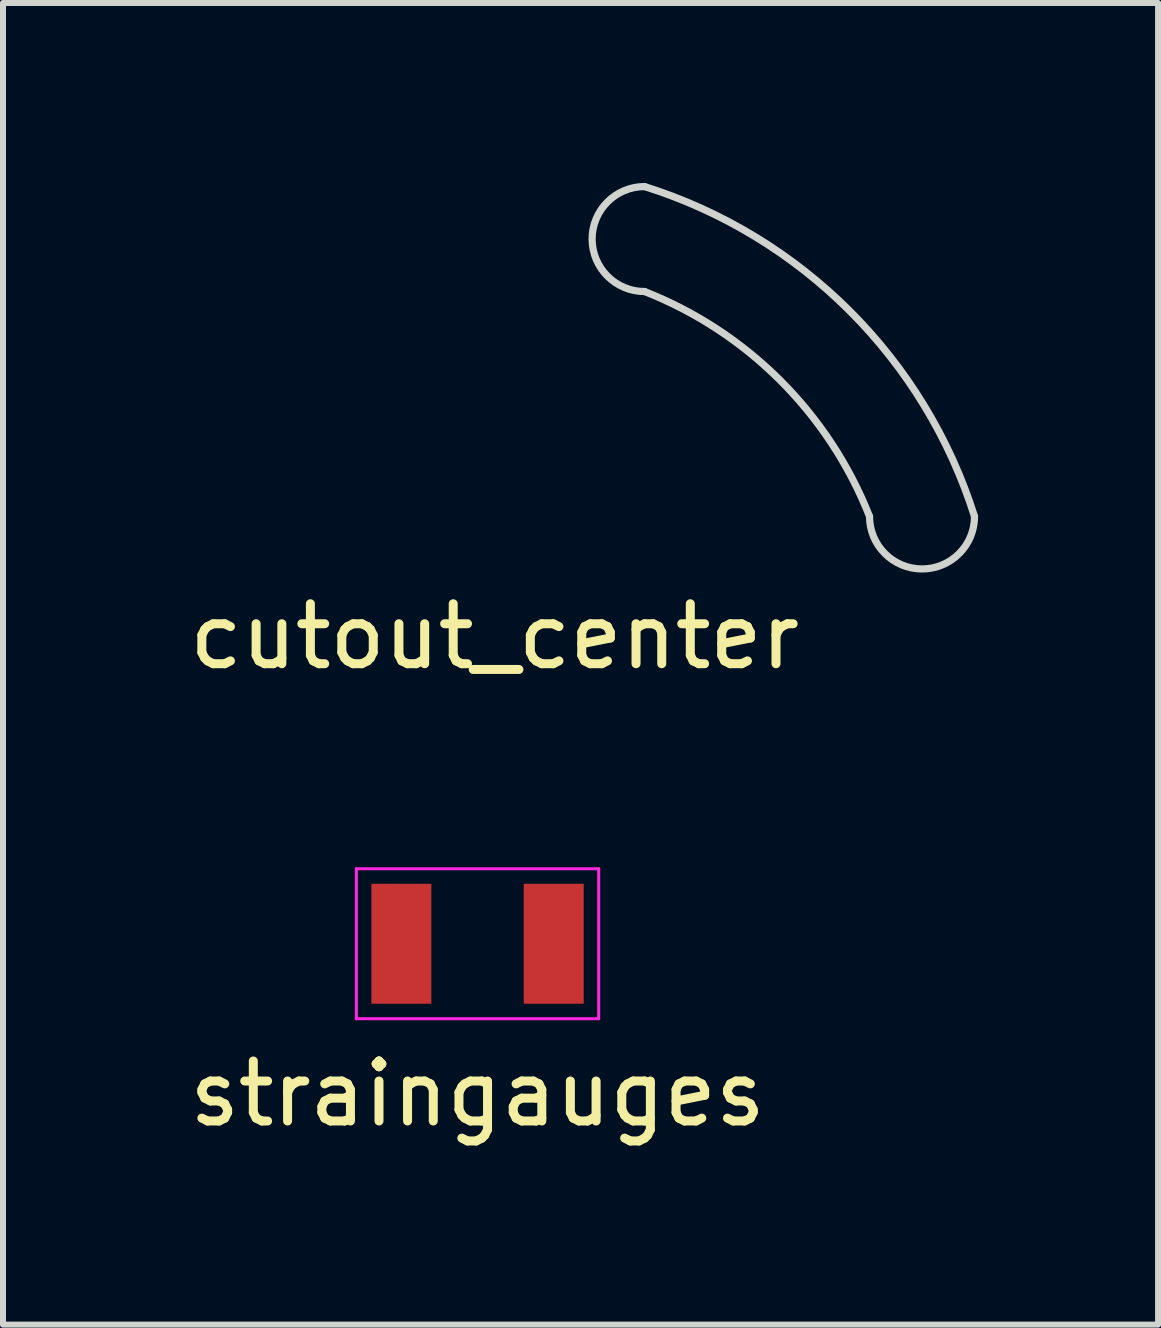
<source format=kicad_pcb>
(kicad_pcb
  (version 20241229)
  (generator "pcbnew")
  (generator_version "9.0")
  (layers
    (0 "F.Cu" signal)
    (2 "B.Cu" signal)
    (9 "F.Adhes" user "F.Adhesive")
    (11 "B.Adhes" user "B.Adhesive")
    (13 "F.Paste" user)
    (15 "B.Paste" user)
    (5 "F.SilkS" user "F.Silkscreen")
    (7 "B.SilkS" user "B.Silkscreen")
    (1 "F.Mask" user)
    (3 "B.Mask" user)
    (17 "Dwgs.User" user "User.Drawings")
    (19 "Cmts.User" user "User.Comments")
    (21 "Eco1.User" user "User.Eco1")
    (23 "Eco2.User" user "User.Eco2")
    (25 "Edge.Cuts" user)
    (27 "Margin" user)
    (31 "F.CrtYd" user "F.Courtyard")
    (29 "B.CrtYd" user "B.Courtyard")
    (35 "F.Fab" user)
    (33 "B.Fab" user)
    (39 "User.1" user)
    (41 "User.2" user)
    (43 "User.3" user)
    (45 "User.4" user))
  (footprint "cutout_center"
    (layer "F.Cu")
    (at 5.196 8.06)
    (property "Reference" "cutout_center" (at 0 -0.5 0) (unlocked yes) (layer "F.SilkS") (effects (font (size 1 1) (thickness 0.15))))
    (fp_arc (start 2.5 -8) (mid 5.92292 -5.92292) (end 8 -2.5) (stroke (width 0.12) (type solid)) (layer "Edge.Cuts"))
    (fp_arc (start 2.5 -6.25) (mid 1.625 -7.125) (end 2.5 -8) (stroke (width 0.12) (type solid)) (layer "Edge.Cuts"))
    (fp_arc (start 2.5 -6.25) (mid 4.765001 -4.765001) (end 6.25 -2.5) (stroke (width 0.12) (type solid)) (layer "Edge.Cuts"))
    (fp_arc (start 8 -2.5) (mid 7.125 -1.625) (end 6.25 -2.5) (stroke (width 0.12) (type solid)) (layer "Edge.Cuts")))
  (footprint "straingauges"
    (layer "F.Cu")
    (at 4.911 12.683)
    (property "Reference" "straingauges" (at 0 2.5 0) (layer "F.SilkS") (effects (font (size 1 1) (thickness 0.15))))
    (attr through_hole)
    (fp_line (start -2.02 -1.25) (end 2.02 -1.25) (stroke (width 0.05) (type solid)) (layer "F.CrtYd"))
    (fp_line (start -2.02 1.25) (end -2.02 -1.25) (stroke (width 0.05) (type solid)) (layer "F.CrtYd"))
    (fp_line (start 2.02 -1.25) (end 2.02 1.25) (stroke (width 0.05) (type solid)) (layer "F.CrtYd"))
    (fp_line (start 2.02 1.25) (end -2.02 1.25) (stroke (width 0.05) (type solid)) (layer "F.CrtYd"))
    (pad "1" smd rect (at -1.27 0) (size 1 2) (layers "F.Cu" "F.Mask"))
    (pad "2" smd rect (at 1.27 0) (size 1 2) (layers "F.Cu" "F.Mask")))
  (gr_rect
    (start -3 -3)
    (end 16.256 19.032)
    (stroke (width 0.1) (type default))
    (fill no)
    (layer "Edge.Cuts")))
</source>
